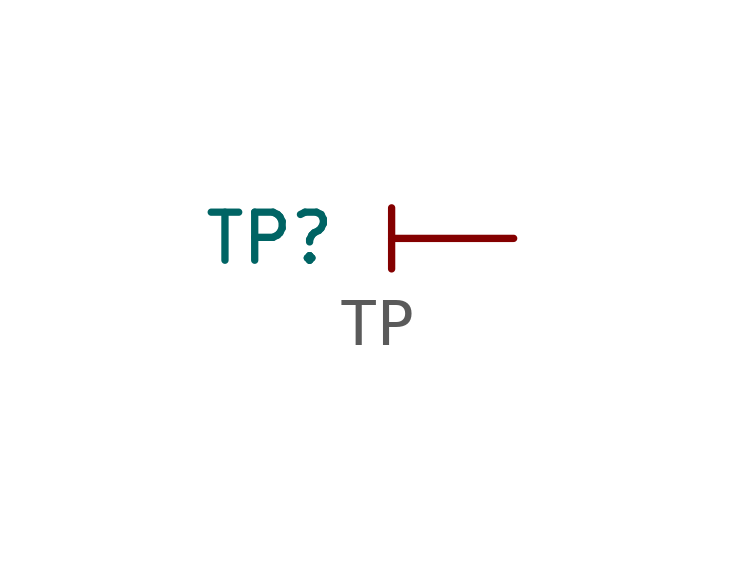
<source format=kicad_sym>
(kicad_symbol_lib
  (version 20231120)
  (generator "kicad_symbol_editor")
  (generator_version "8.0")
  (symbol "TP"
    (pin_numbers hide)
    (pin_names hide)
    (property "Reference" "TP"
      (at -3.81 0 0)
      (effects (font (size 1 1))))
    (symbol "TP_0_1"
      (polyline (pts (xy -1.27 0.635) (xy -1.27 -0.635)) (stroke (width 0) (type default)) (fill (type none))))
    (symbol "TP_1_1"
      (pin passive line (at 1.27 0 180) (length 2.54) (name "~" (effects (font (size 1.27 1.27)))) (number "1" (effects (font (size 1.27 1.27))))))))
</source>
